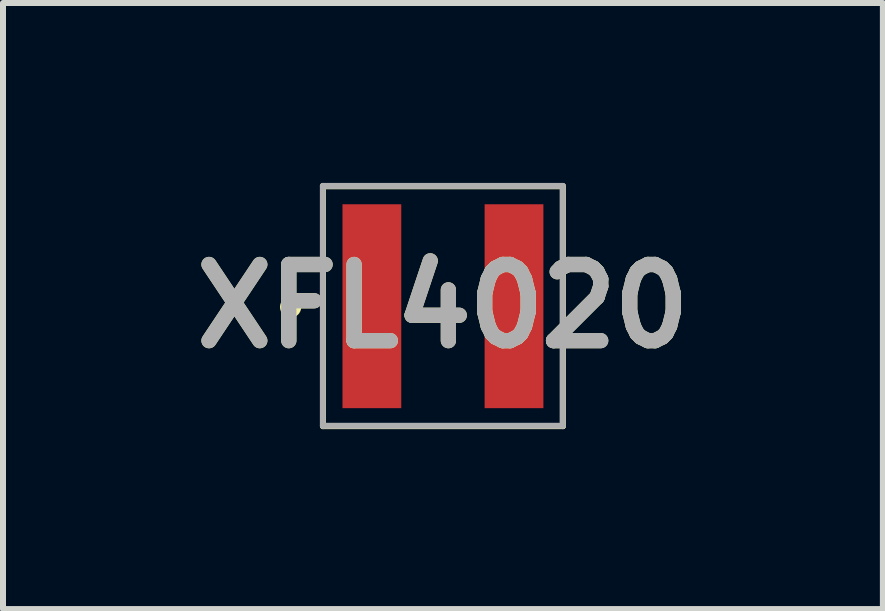
<source format=kicad_pcb>
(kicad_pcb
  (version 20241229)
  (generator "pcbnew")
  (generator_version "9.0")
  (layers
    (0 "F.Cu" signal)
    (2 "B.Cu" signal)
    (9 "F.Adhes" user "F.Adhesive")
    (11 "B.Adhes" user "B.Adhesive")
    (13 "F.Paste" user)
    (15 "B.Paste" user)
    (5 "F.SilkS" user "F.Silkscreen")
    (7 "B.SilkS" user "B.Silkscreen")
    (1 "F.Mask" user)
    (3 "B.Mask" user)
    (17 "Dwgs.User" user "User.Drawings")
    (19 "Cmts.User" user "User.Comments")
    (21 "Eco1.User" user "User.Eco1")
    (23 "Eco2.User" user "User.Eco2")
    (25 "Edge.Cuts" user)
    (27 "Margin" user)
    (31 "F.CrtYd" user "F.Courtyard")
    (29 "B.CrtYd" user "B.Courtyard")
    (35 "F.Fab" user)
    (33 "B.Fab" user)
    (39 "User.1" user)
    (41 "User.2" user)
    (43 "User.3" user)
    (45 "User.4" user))
  (footprint "XFL4020"
    (layer "F.Cu")
    (at 4.336 2.056)
    (property "Reference" "XFL4020" (at 0 0 0) (layer "F.SilkS") (effects (font (size 1.27 1.27) (thickness 0.254))))
    (attr smd)
    (fp_line (start -2 -2) (end 2 -2) (stroke (width 0.1) (type solid)) (layer "F.SilkS"))
    (fp_line (start -2 2) (end -2 -2) (stroke (width 0.1) (type solid)) (layer "F.SilkS"))
    (fp_line (start 2 -2) (end 2 2) (stroke (width 0.1) (type solid)) (layer "F.SilkS"))
    (fp_line (start 2 2) (end -2 2) (stroke (width 0.1) (type solid)) (layer "F.SilkS"))
    (fp_circle (center -2.54 0.014) (end -2.54 0.141) (stroke (width 0.1) (type solid)) (fill no) (layer "F.SilkS"))
    (fp_line (start -2.002 -2.006) (end 1.998 -2.006) (stroke (width 0.1) (type solid)) (layer "F.Fab"))
    (fp_line (start -2.002 1.994) (end -2.002 -2.006) (stroke (width 0.1) (type solid)) (layer "F.Fab"))
    (fp_line (start 1.998 -2.006) (end 1.998 1.994) (stroke (width 0.1) (type solid)) (layer "F.Fab"))
    (fp_line (start 1.998 1.994) (end -2.002 1.994) (stroke (width 0.1) (type solid)) (layer "F.Fab"))
    (fp_text user "${REFERENCE}" (at 0 0 0) (layer "F.Fab") (effects (font (size 1.27 1.27) (thickness 0.254))))
    (pad "1" smd rect (at -1.185 0) (size 0.98 3.4) (layers "F.Cu" "F.Mask" "F.Paste"))
    (pad "2" smd rect (at 1.185 0) (size 0.98 3.4) (layers "F.Cu" "F.Mask" "F.Paste")))
  (gr_rect
    (start -3 -3)
    (end 11.672 7.106)
    (stroke (width 0.1) (type default))
    (fill no)
    (layer "Edge.Cuts")))
</source>
